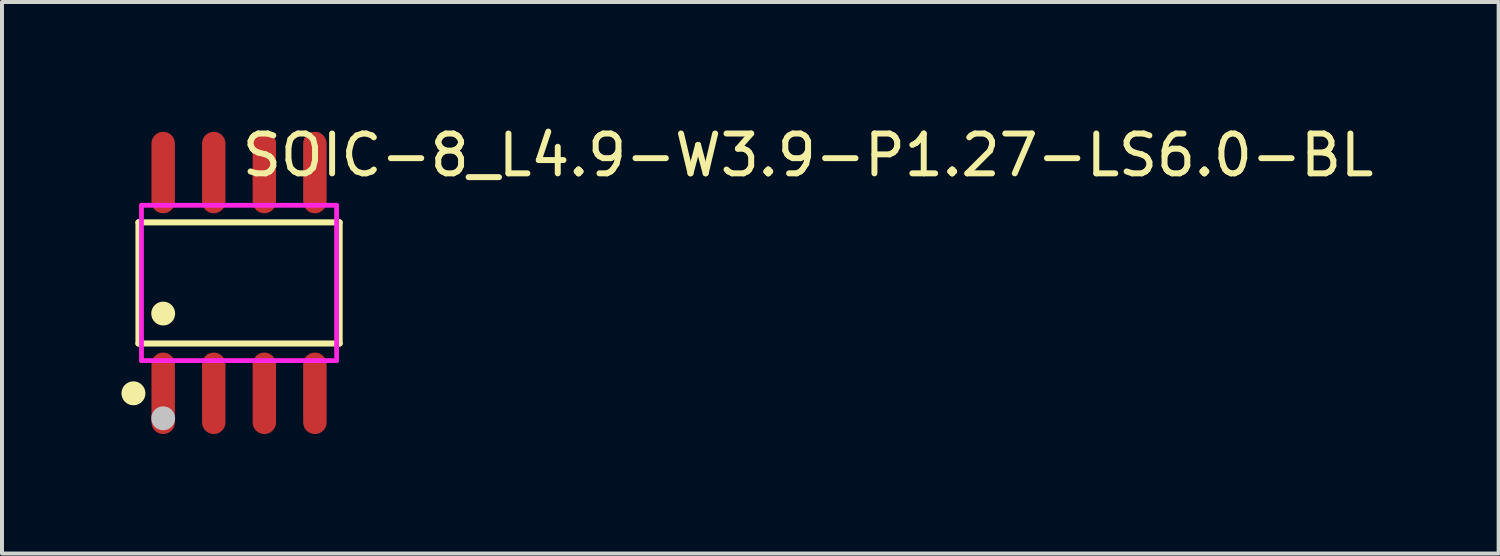
<source format=kicad_pcb>
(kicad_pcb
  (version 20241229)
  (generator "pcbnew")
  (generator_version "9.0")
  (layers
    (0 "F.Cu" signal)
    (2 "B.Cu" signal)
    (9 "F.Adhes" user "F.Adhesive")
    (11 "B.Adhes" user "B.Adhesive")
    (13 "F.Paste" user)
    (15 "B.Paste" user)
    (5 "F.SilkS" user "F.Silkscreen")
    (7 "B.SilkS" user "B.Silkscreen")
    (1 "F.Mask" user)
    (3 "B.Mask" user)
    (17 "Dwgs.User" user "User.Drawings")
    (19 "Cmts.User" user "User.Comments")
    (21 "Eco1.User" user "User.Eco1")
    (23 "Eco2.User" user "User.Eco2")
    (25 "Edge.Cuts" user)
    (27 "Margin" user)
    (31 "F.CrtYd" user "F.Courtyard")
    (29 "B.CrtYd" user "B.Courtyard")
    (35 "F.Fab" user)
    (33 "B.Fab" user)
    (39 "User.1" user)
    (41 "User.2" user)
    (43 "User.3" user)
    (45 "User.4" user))
  (footprint "SOIC-8_L4.9-W3.9-P1.27-LS6.0-BL"
    (layer "F.Cu")
    (at 2.953 4.055)
    (property "Reference" "SOIC-8_L4.9-W3.9-P1.27-LS6.0-BL" (at 0 -3.207 0) (layer "F.SilkS") (effects (font (size 1 1) (thickness 0.15)) (justify left)))
    (attr through_hole)
    (fp_line (start -2.526 -1.521) (end 2.526 -1.521) (stroke (width 0.152) (type solid)) (layer "F.SilkS"))
    (fp_line (start -2.526 1.521) (end -2.526 -1.521) (stroke (width 0.152) (type solid)) (layer "F.SilkS"))
    (fp_line (start 2.526 -1.521) (end 2.526 1.521) (stroke (width 0.152) (type solid)) (layer "F.SilkS"))
    (fp_line (start 2.526 1.521) (end -2.526 1.521) (stroke (width 0.152) (type solid)) (layer "F.SilkS"))
    (fp_circle (center -2.652 2.772) (end -2.501 2.772) (stroke (width 0.3) (type solid)) (fill no) (layer "F.SilkS"))
    (fp_circle (center -1.905 0.769) (end -1.755 0.769) (stroke (width 0.3) (type solid)) (fill no) (layer "F.SilkS"))
    (fp_circle (center -1.905 3.4) (end -1.755 3.4) (stroke (width 0.3) (type solid)) (fill no) (layer "Dwgs.User"))
    (fp_line (start -2.115 -2.175) (end -2.115 -1.94) (stroke (width 0.12) (type solid)) (layer "Eco2.User"))
    (fp_line (start -2.115 -1.94) (end -1.695 -1.94) (stroke (width 0.12) (type solid)) (layer "Eco2.User"))
    (fp_line (start -2.115 1.94) (end -1.695 1.94) (stroke (width 0.12) (type solid)) (layer "Eco2.User"))
    (fp_line (start -2.115 2.175) (end -2.115 1.94) (stroke (width 0.12) (type solid)) (layer "Eco2.User"))
    (fp_line (start -1.695 -2.175) (end -2.115 -2.175) (stroke (width 0.12) (type solid)) (layer "Eco2.User"))
    (fp_line (start -1.695 -1.94) (end -1.695 -2.175) (stroke (width 0.12) (type solid)) (layer "Eco2.User"))
    (fp_line (start -1.695 1.94) (end -1.695 2.175) (stroke (width 0.12) (type solid)) (layer "Eco2.User"))
    (fp_line (start -1.695 2.175) (end -2.115 2.175) (stroke (width 0.12) (type solid)) (layer "Eco2.User"))
    (fp_line (start -0.845 -2.175) (end -0.845 -1.94) (stroke (width 0.12) (type solid)) (layer "Eco2.User"))
    (fp_line (start -0.845 -1.94) (end -0.425 -1.94) (stroke (width 0.12) (type solid)) (layer "Eco2.User"))
    (fp_line (start -0.845 1.94) (end -0.425 1.94) (stroke (width 0.12) (type solid)) (layer "Eco2.User"))
    (fp_line (start -0.845 2.175) (end -0.845 1.94) (stroke (width 0.12) (type solid)) (layer "Eco2.User"))
    (fp_line (start -0.425 -2.175) (end -0.845 -2.175) (stroke (width 0.12) (type solid)) (layer "Eco2.User"))
    (fp_line (start -0.425 -1.94) (end -0.425 -2.175) (stroke (width 0.12) (type solid)) (layer "Eco2.User"))
    (fp_line (start -0.425 1.94) (end -0.425 2.175) (stroke (width 0.12) (type solid)) (layer "Eco2.User"))
    (fp_line (start -0.425 2.175) (end -0.845 2.175) (stroke (width 0.12) (type solid)) (layer "Eco2.User"))
    (fp_line (start 0.425 -2.175) (end 0.425 -1.94) (stroke (width 0.12) (type solid)) (layer "Eco2.User"))
    (fp_line (start 0.425 -1.94) (end 0.845 -1.94) (stroke (width 0.12) (type solid)) (layer "Eco2.User"))
    (fp_line (start 0.425 1.94) (end 0.845 1.94) (stroke (width 0.12) (type solid)) (layer "Eco2.User"))
    (fp_line (start 0.425 2.175) (end 0.425 1.94) (stroke (width 0.12) (type solid)) (layer "Eco2.User"))
    (fp_line (start 0.845 -2.175) (end 0.425 -2.175) (stroke (width 0.12) (type solid)) (layer "Eco2.User"))
    (fp_line (start 0.845 -1.94) (end 0.845 -2.175) (stroke (width 0.12) (type solid)) (layer "Eco2.User"))
    (fp_line (start 0.845 1.94) (end 0.845 2.175) (stroke (width 0.12) (type solid)) (layer "Eco2.User"))
    (fp_line (start 0.845 2.175) (end 0.425 2.175) (stroke (width 0.12) (type solid)) (layer "Eco2.User"))
    (fp_line (start 1.695 -2.175) (end 1.695 -1.94) (stroke (width 0.12) (type solid)) (layer "Eco2.User"))
    (fp_line (start 1.695 -1.94) (end 2.115 -1.94) (stroke (width 0.12) (type solid)) (layer "Eco2.User"))
    (fp_line (start 1.695 1.94) (end 2.115 1.94) (stroke (width 0.12) (type solid)) (layer "Eco2.User"))
    (fp_line (start 1.695 2.175) (end 1.695 1.94) (stroke (width 0.12) (type solid)) (layer "Eco2.User"))
    (fp_line (start 2.115 -2.175) (end 1.695 -2.175) (stroke (width 0.12) (type solid)) (layer "Eco2.User"))
    (fp_line (start 2.115 -1.94) (end 2.115 -2.175) (stroke (width 0.12) (type solid)) (layer "Eco2.User"))
    (fp_line (start 2.115 1.94) (end 2.115 2.175) (stroke (width 0.12) (type solid)) (layer "Eco2.User"))
    (fp_line (start 2.115 2.175) (end 1.695 2.175) (stroke (width 0.12) (type solid)) (layer "Eco2.User"))
    (fp_circle (center -2.45 3) (end -2.42 3) (stroke (width 0.06) (type solid)) (fill no) (layer "Eco2.User"))
    (fp_poly (pts (xy -2.115 -3) (xy -2.115 -2.165) (xy -1.695 -2.165) (xy -1.695 -3)) (stroke (width 0.12) (type solid)) (fill no) (layer "Eco2.User"))
    (fp_poly (pts (xy -2.115 3) (xy -2.115 2.165) (xy -1.695 2.165) (xy -1.695 3)) (stroke (width 0.12) (type solid)) (fill no) (layer "Eco2.User"))
    (fp_poly (pts (xy -0.845 -3) (xy -0.845 -2.165) (xy -0.425 -2.165) (xy -0.425 -3)) (stroke (width 0.12) (type solid)) (fill no) (layer "Eco2.User"))
    (fp_poly (pts (xy -0.845 3) (xy -0.845 2.165) (xy -0.425 2.165) (xy -0.425 3)) (stroke (width 0.12) (type solid)) (fill no) (layer "Eco2.User"))
    (fp_poly (pts (xy 0.425 -3) (xy 0.425 -2.165) (xy 0.845 -2.165) (xy 0.845 -3)) (stroke (width 0.12) (type solid)) (fill no) (layer "Eco2.User"))
    (fp_poly (pts (xy 0.425 3) (xy 0.425 2.165) (xy 0.845 2.165) (xy 0.845 3)) (stroke (width 0.12) (type solid)) (fill no) (layer "Eco2.User"))
    (fp_poly (pts (xy 1.695 -3) (xy 1.695 -2.165) (xy 2.115 -2.165) (xy 2.115 -3)) (stroke (width 0.12) (type solid)) (fill no) (layer "Eco2.User"))
    (fp_poly (pts (xy 1.695 3) (xy 1.695 2.165) (xy 2.115 2.165) (xy 2.115 3)) (stroke (width 0.12) (type solid)) (fill no) (layer "Eco2.User"))
    (fp_line (start -2.45 -1.95) (end 2.45 -1.95) (stroke (width 0.12) (type solid)) (layer "F.CrtYd"))
    (fp_line (start -2.45 1.95) (end -2.45 -1.95) (stroke (width 0.12) (type solid)) (layer "F.CrtYd"))
    (fp_line (start 2.45 -1.95) (end 2.45 1.95) (stroke (width 0.12) (type solid)) (layer "F.CrtYd"))
    (fp_line (start 2.45 1.95) (end -2.45 1.95) (stroke (width 0.12) (type solid)) (layer "F.CrtYd"))
    (pad "1" smd oval (at -1.905 2.772) (size 0.588 2.045) (layers "F.Cu" "F.Mask" "F.Paste"))
    (pad "2" smd oval (at -0.635 2.772) (size 0.588 2.045) (layers "F.Cu" "F.Mask" "F.Paste"))
    (pad "3" smd oval (at 0.635 2.772) (size 0.588 2.045) (layers "F.Cu" "F.Mask" "F.Paste"))
    (pad "4" smd oval (at 1.905 2.772) (size 0.588 2.045) (layers "F.Cu" "F.Mask" "F.Paste"))
    (pad "5" smd oval (at 1.905 -2.772) (size 0.588 2.045) (layers "F.Cu" "F.Mask" "F.Paste"))
    (pad "6" smd oval (at 0.635 -2.772) (size 0.588 2.045) (layers "F.Cu" "F.Mask" "F.Paste"))
    (pad "7" smd oval (at -0.635 -2.772) (size 0.588 2.045) (layers "F.Cu" "F.Mask" "F.Paste"))
    (pad "8" smd oval (at -1.905 -2.772) (size 0.588 2.045) (layers "F.Cu" "F.Mask" "F.Paste")))
  (gr_rect
    (start -3 -3)
    (end 34.584 10.85)
    (stroke (width 0.1) (type default))
    (fill no)
    (layer "Edge.Cuts")))
</source>
